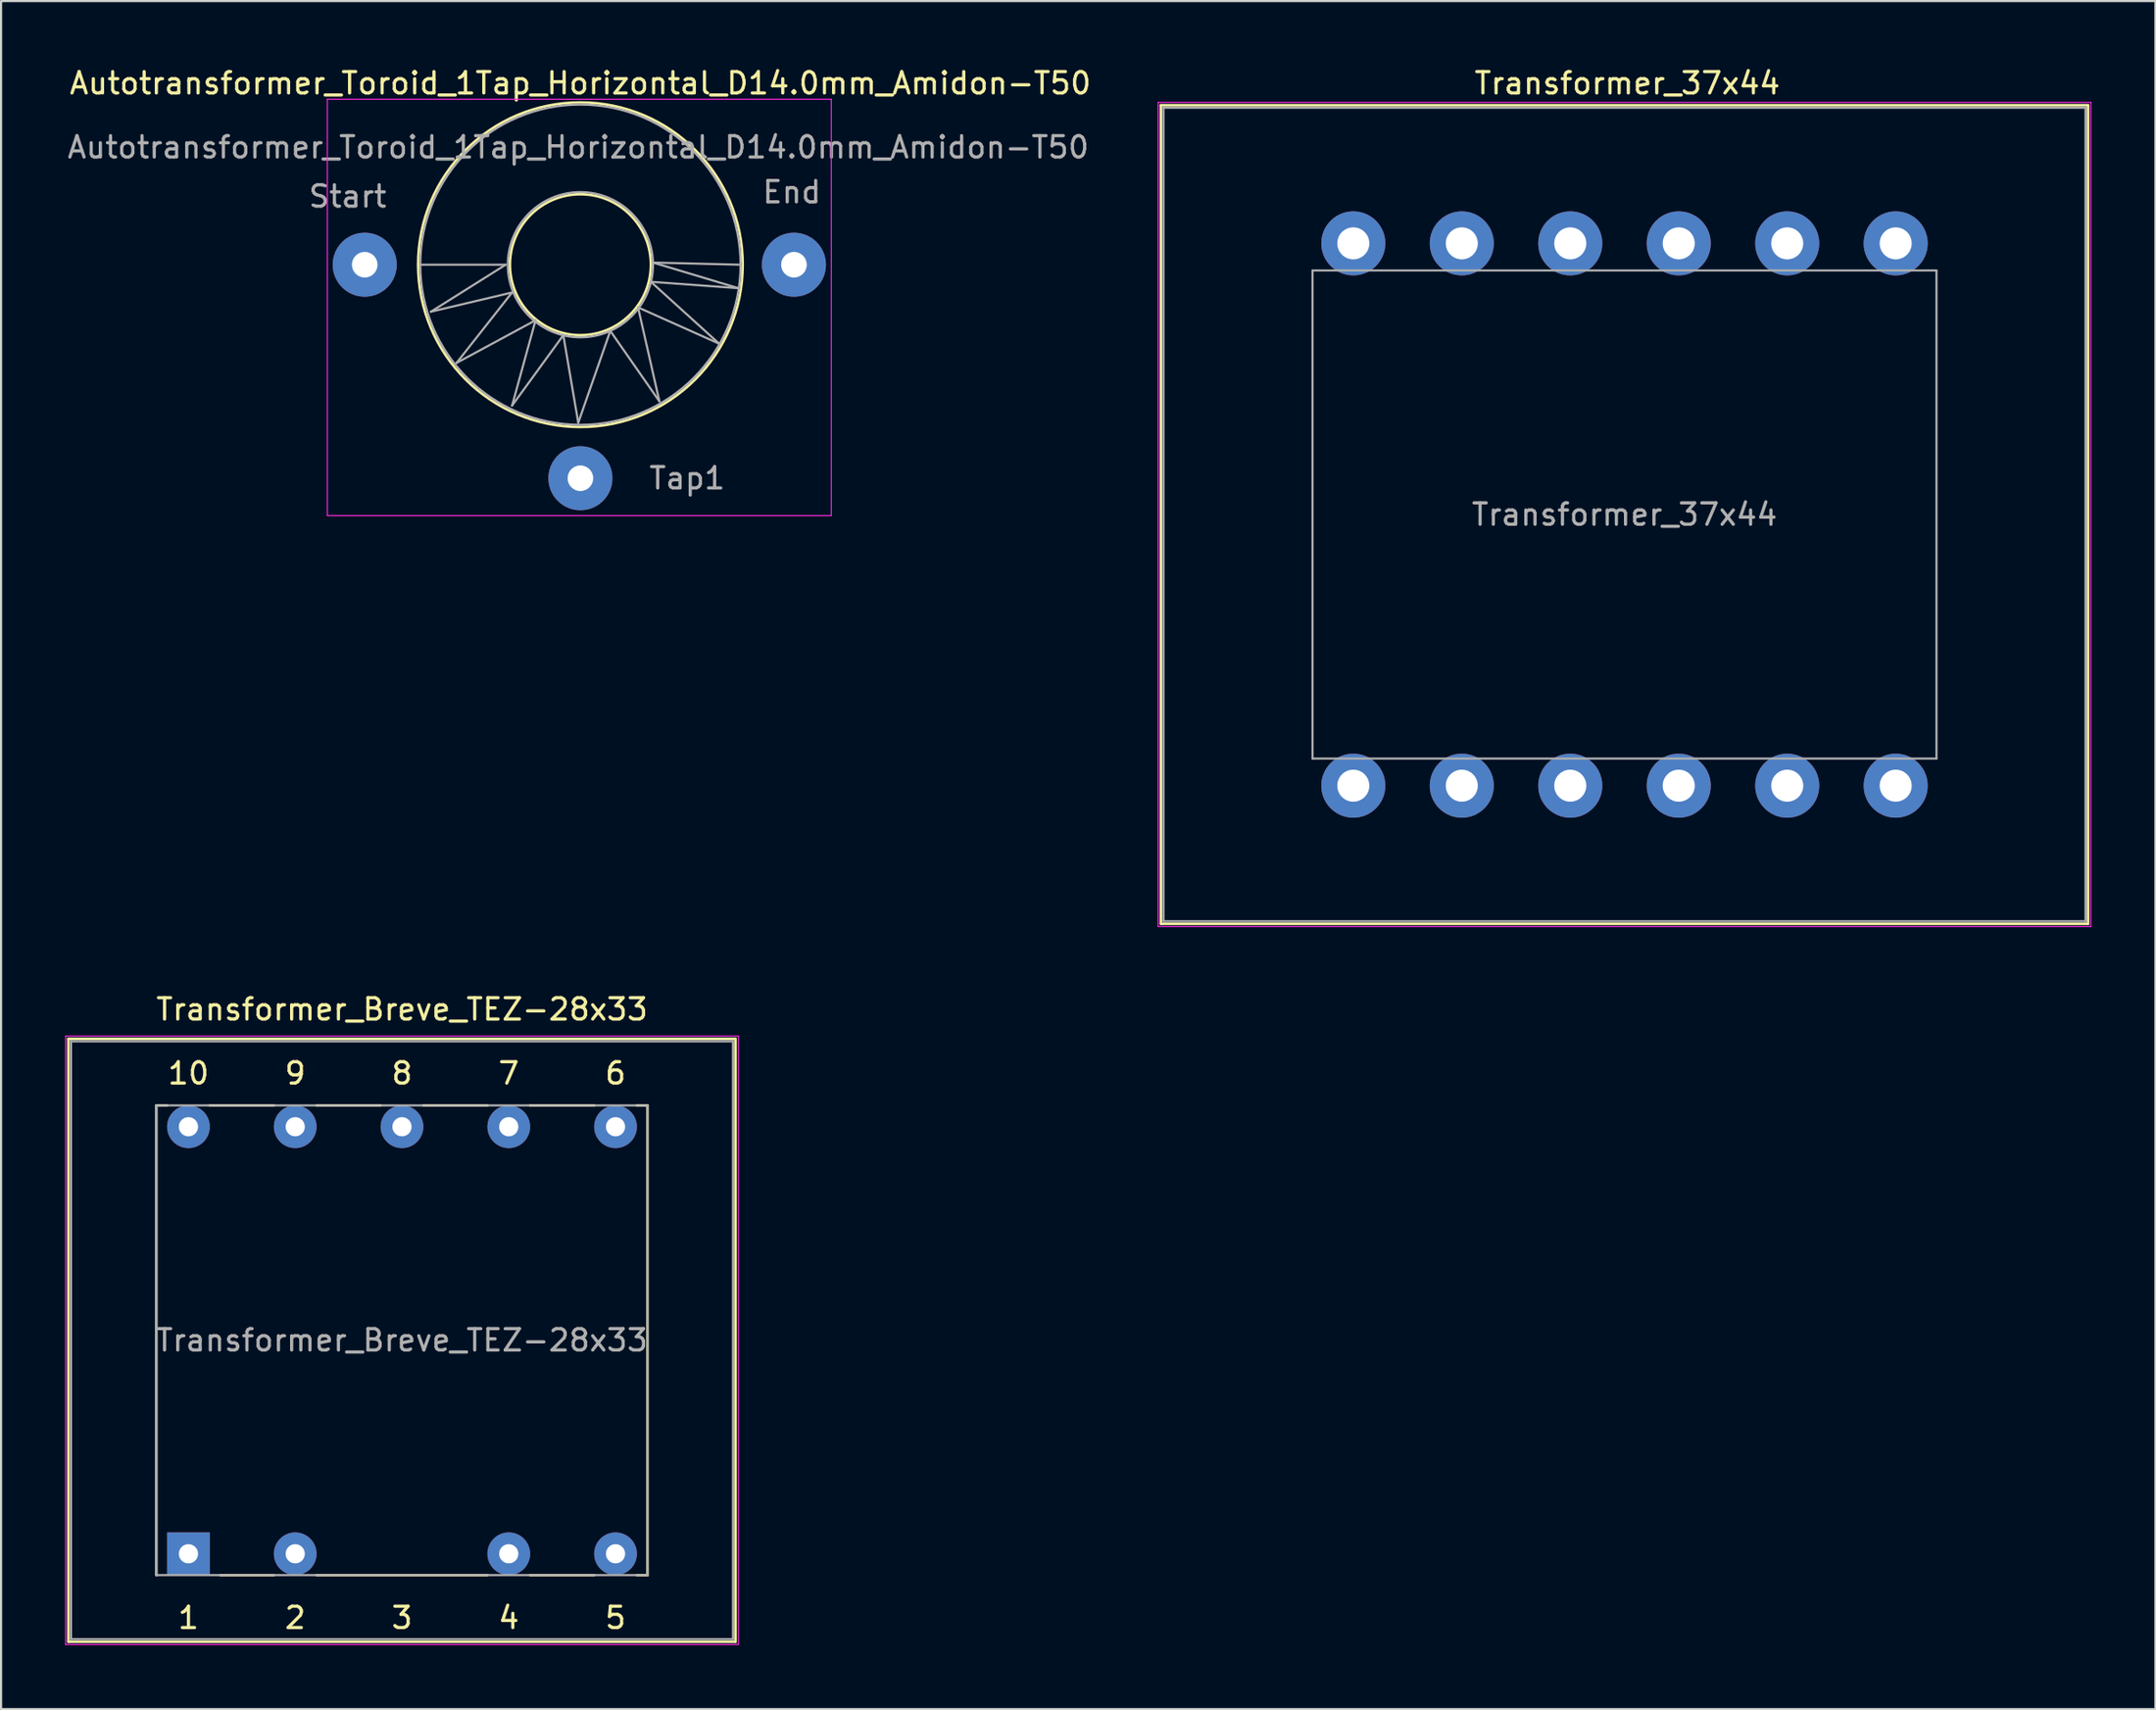
<source format=kicad_pcb>
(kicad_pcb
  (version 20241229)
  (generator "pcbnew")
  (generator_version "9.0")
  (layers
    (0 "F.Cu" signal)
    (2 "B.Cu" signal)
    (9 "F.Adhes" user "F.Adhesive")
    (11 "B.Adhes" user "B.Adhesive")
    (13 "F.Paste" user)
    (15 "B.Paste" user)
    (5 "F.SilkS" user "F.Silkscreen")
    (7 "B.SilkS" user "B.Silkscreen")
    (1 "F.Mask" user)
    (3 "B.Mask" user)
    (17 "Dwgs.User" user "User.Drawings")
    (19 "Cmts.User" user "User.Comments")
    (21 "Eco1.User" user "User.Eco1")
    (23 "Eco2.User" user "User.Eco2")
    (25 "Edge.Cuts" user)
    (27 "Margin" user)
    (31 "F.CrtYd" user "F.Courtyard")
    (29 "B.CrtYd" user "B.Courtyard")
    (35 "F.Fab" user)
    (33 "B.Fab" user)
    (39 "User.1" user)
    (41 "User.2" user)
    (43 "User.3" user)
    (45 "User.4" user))
  (footprint "Transformer_37x44"
    (layer "F.Cu")
    (at 65.405 8.348)
    (property "Reference" "Transformer_37x44" (at 7.75 -7.5 0) (layer "F.SilkS") (effects (font (size 1 1) (thickness 0.15))))
    (attr through_hole)
    (fp_line (start -14.09 -6.47) (end -14.09 31.87) (stroke (width 0.12) (type solid)) (layer "F.SilkS"))
    (fp_line (start -14.09 -6.47) (end 29.33 -6.47) (stroke (width 0.12) (type solid)) (layer "F.SilkS"))
    (fp_line (start 29.33 31.87) (end -14.09 31.87) (stroke (width 0.12) (type solid)) (layer "F.SilkS"))
    (fp_line (start 29.33 31.87) (end 29.33 -6.47) (stroke (width 0.12) (type solid)) (layer "F.SilkS"))
    (fp_line (start -14.22 -6.6) (end -14.22 32) (stroke (width 0.05) (type solid)) (layer "F.CrtYd"))
    (fp_line (start -14.22 -6.6) (end 29.46 -6.6) (stroke (width 0.05) (type solid)) (layer "F.CrtYd"))
    (fp_line (start 29.46 32) (end -14.22 32) (stroke (width 0.05) (type solid)) (layer "F.CrtYd"))
    (fp_line (start 29.46 32) (end 29.46 -6.6) (stroke (width 0.05) (type solid)) (layer "F.CrtYd"))
    (fp_line (start -13.97 -6.35) (end 29.21 -6.35) (stroke (width 0.1) (type solid)) (layer "F.Fab"))
    (fp_line (start -13.97 31.75) (end -13.97 -6.35) (stroke (width 0.1) (type solid)) (layer "F.Fab"))
    (fp_line (start -6.99 1.27) (end 22.23 1.27) (stroke (width 0.1) (type solid)) (layer "F.Fab"))
    (fp_line (start -6.99 24.13) (end -6.99 1.27) (stroke (width 0.1) (type solid)) (layer "F.Fab"))
    (fp_line (start 22.23 1.27) (end 22.23 24.13) (stroke (width 0.1) (type solid)) (layer "F.Fab"))
    (fp_line (start 22.23 24.13) (end -6.99 24.13) (stroke (width 0.1) (type solid)) (layer "F.Fab"))
    (fp_line (start 29.21 -6.35) (end 29.21 31.75) (stroke (width 0.1) (type solid)) (layer "F.Fab"))
    (fp_line (start 29.21 31.75) (end -13.97 31.75) (stroke (width 0.1) (type solid)) (layer "F.Fab"))
    (fp_text user "${REFERENCE}" (at 7.62 12.7 0) (layer "F.Fab") (effects (font (size 1 1) (thickness 0.15))))
    (pad "" thru_hole circle (at -5.08 0) (size 3 3) (drill 1.5) (layers "*.Cu" "*.Mask"))
    (pad "" thru_hole circle (at 0 25.4) (size 3 3) (drill 1.5) (layers "*.Cu" "*.Mask"))
    (pad "" thru_hole circle (at 5.08 0) (size 3 3) (drill 1.5) (layers "*.Cu" "*.Mask"))
    (pad "" thru_hole circle (at 10.16 0) (size 3 3) (drill 1.5) (layers "*.Cu" "*.Mask"))
    (pad "" thru_hole circle (at 10.16 25.4) (size 3 3) (drill 1.5) (layers "*.Cu" "*.Mask"))
    (pad "" thru_hole circle (at 15.24 0) (size 3 3) (drill 1.5) (layers "*.Cu" "*.Mask"))
    (pad "" thru_hole circle (at 15.24 25.4) (size 3 3) (drill 1.5) (layers "*.Cu" "*.Mask"))
    (pad "" thru_hole circle (at 20.32 25.4) (size 3 3) (drill 1.5) (layers "*.Cu" "*.Mask"))
    (pad "1" thru_hole circle (at 0 0) (size 3 3) (drill 1.5) (layers "*.Cu" "*.Mask"))
    (pad "2" thru_hole circle (at 20.32 0) (size 3 3) (drill 1.5) (layers "*.Cu" "*.Mask"))
    (pad "3" thru_hole circle (at 5.08 25.4) (size 3 3) (drill 1.5) (layers "*.Cu" "*.Mask"))
    (pad "4" thru_hole circle (at -5.08 25.4) (size 3 3) (drill 1.5) (layers "*.Cu" "*.Mask")))
  (footprint "Autotransformer_Toroid_1Tap_Horizontal_D14.0mm_Amidon-T50"
    (layer "F.Cu")
    (at 14.03 9.348)
    (property "Reference" "Autotransformer_Toroid_1Tap_Horizontal_D14.0mm_Amidon-T50" (at 10.1 -8.5 0) (layer "F.SilkS") (effects (font (size 1 1) (thickness 0.15))))
    (attr through_hole)
    (fp_circle (center 10.1 0) (end 13.4 0) (stroke (width 0.12) (type solid)) (fill no) (layer "F.SilkS"))
    (fp_circle (center 10.1 0) (end 17.7 0) (stroke (width 0.12) (type solid)) (fill no) (layer "F.SilkS"))
    (fp_line (start -1.75 -7.75) (end -1.75 11.75) (stroke (width 0.05) (type solid)) (layer "F.CrtYd"))
    (fp_line (start -1.75 -7.75) (end 21.85 -7.75) (stroke (width 0.05) (type solid)) (layer "F.CrtYd"))
    (fp_line (start 21.85 11.75) (end -1.75 11.75) (stroke (width 0.05) (type solid)) (layer "F.CrtYd"))
    (fp_line (start 21.85 11.75) (end 21.85 -7.75) (stroke (width 0.05) (type solid)) (layer "F.CrtYd"))
    (fp_line (start 2.6 0) (end 6.6 0) (stroke (width 0.1) (type solid)) (layer "F.Fab"))
    (fp_line (start 3.1 2.2) (end 6.9 1.3) (stroke (width 0.1) (type solid)) (layer "F.Fab"))
    (fp_line (start 4.3 4.6) (end 8 2.6) (stroke (width 0.1) (type solid)) (layer "F.Fab"))
    (fp_line (start 6.6 0) (end 3.1 2.2) (stroke (width 0.1) (type solid)) (layer "F.Fab"))
    (fp_line (start 6.9 1.3) (end 4.3 4.6) (stroke (width 0.1) (type solid)) (layer "F.Fab"))
    (fp_line (start 6.9 6.6) (end 9.3 3.3) (stroke (width 0.1) (type solid)) (layer "F.Fab"))
    (fp_line (start 8 2.6) (end 6.9 6.6) (stroke (width 0.1) (type solid)) (layer "F.Fab"))
    (fp_line (start 9.3 3.3) (end 10 7.4) (stroke (width 0.1) (type solid)) (layer "F.Fab"))
    (fp_line (start 10 7.4) (end 11.5 3.1) (stroke (width 0.1) (type solid)) (layer "F.Fab"))
    (fp_line (start 11.5 3.1) (end 13.8 6.4) (stroke (width 0.1) (type solid)) (layer "F.Fab"))
    (fp_line (start 12.8 2) (end 16.6 3.7) (stroke (width 0.1) (type solid)) (layer "F.Fab"))
    (fp_line (start 13.4 0.8) (end 17.5 1.1) (stroke (width 0.1) (type solid)) (layer "F.Fab"))
    (fp_line (start 13.5 -0.1) (end 17.6 0) (stroke (width 0.1) (type solid)) (layer "F.Fab"))
    (fp_line (start 13.8 6.4) (end 12.8 2) (stroke (width 0.1) (type solid)) (layer "F.Fab"))
    (fp_line (start 16.6 3.7) (end 13.4 0.8) (stroke (width 0.1) (type solid)) (layer "F.Fab"))
    (fp_line (start 17.5 1.1) (end 13.5 -0.1) (stroke (width 0.1) (type solid)) (layer "F.Fab"))
    (fp_circle (center 10.1 0) (end 13.5 0) (stroke (width 0.1) (type solid)) (fill no) (layer "F.Fab"))
    (fp_circle (center 10.1 0) (end 17.6 0) (stroke (width 0.1) (type solid)) (fill no) (layer "F.Fab"))
    (fp_text user "Start" (at -0.8 -3.2 0) (layer "F.Fab") (effects (font (size 1 1) (thickness 0.15))))
    (fp_text user "End" (at 20 -3.4 0) (layer "F.Fab") (effects (font (size 1 1) (thickness 0.15))))
    (fp_text user "Tap1" (at 15.1 10 0) (layer "F.Fab") (effects (font (size 1 1) (thickness 0.15))))
    (fp_text user "${REFERENCE}" (at 10 -5.5 0) (layer "F.Fab") (effects (font (size 1 1) (thickness 0.15))))
    (pad "1" thru_hole circle (at 0 0) (size 3 3) (drill 1.2) (layers "*.Cu" "*.Mask"))
    (pad "2" thru_hole circle (at 10.1 10) (size 3 3) (drill 1.2) (layers "*.Cu" "*.Mask"))
    (pad "3" thru_hole circle (at 20.1 0) (size 3 3) (drill 1.2) (layers "*.Cu" "*.Mask")))
  (footprint "Transformer_Breve_TEZ-28x33"
    (layer "F.Cu")
    (at 5.775 69.722)
    (property "Reference" "Transformer_Breve_TEZ-28x33" (at 10 -25.5 0) (layer "F.SilkS") (effects (font (size 1 1) (thickness 0.15))))
    (attr through_hole)
    (fp_line (start -5.62 -24.12) (end -5.62 4.12) (stroke (width 0.12) (type solid)) (layer "F.SilkS"))
    (fp_line (start -5.62 -24.12) (end 25.62 -24.12) (stroke (width 0.12) (type solid)) (layer "F.SilkS"))
    (fp_line (start -1.5 -21) (end -1.5 1) (stroke (width 0.12) (type solid)) (layer "F.SilkS"))
    (fp_line (start -1 -21) (end -1.5 -21) (stroke (width 0.12) (type solid)) (layer "F.SilkS"))
    (fp_line (start 1.5 1) (end 4 1) (stroke (width 0.12) (type solid)) (layer "F.SilkS"))
    (fp_line (start 4 -21) (end 1 -21) (stroke (width 0.12) (type solid)) (layer "F.SilkS"))
    (fp_line (start 6 1) (end 14 1) (stroke (width 0.12) (type solid)) (layer "F.SilkS"))
    (fp_line (start 9 -21) (end 6 -21) (stroke (width 0.12) (type solid)) (layer "F.SilkS"))
    (fp_line (start 14 -21) (end 11 -21) (stroke (width 0.12) (type solid)) (layer "F.SilkS"))
    (fp_line (start 16 1) (end 19 1) (stroke (width 0.12) (type solid)) (layer "F.SilkS"))
    (fp_line (start 19 -21) (end 16 -21) (stroke (width 0.12) (type solid)) (layer "F.SilkS"))
    (fp_line (start 21 1) (end 21.5 1) (stroke (width 0.12) (type solid)) (layer "F.SilkS"))
    (fp_line (start 21.5 -21) (end 21 -21) (stroke (width 0.12) (type solid)) (layer "F.SilkS"))
    (fp_line (start 21.5 1) (end 21.5 -21) (stroke (width 0.12) (type solid)) (layer "F.SilkS"))
    (fp_line (start 25.62 4.12) (end -5.62 4.12) (stroke (width 0.12) (type solid)) (layer "F.SilkS"))
    (fp_line (start 25.62 4.12) (end 25.62 -24.12) (stroke (width 0.12) (type solid)) (layer "F.SilkS"))
    (fp_line (start -5.75 -24.25) (end -5.75 4.25) (stroke (width 0.05) (type solid)) (layer "F.CrtYd"))
    (fp_line (start -5.75 -24.25) (end 25.75 -24.25) (stroke (width 0.05) (type solid)) (layer "F.CrtYd"))
    (fp_line (start 25.75 4.25) (end -5.75 4.25) (stroke (width 0.05) (type solid)) (layer "F.CrtYd"))
    (fp_line (start 25.75 4.25) (end 25.75 -24.25) (stroke (width 0.05) (type solid)) (layer "F.CrtYd"))
    (fp_line (start -5.5 -24) (end 25.5 -24) (stroke (width 0.1) (type solid)) (layer "F.Fab"))
    (fp_line (start -5.5 4) (end -5.5 -24) (stroke (width 0.1) (type solid)) (layer "F.Fab"))
    (fp_line (start -1.5 -21) (end -1.5 1) (stroke (width 0.1) (type solid)) (layer "F.Fab"))
    (fp_line (start -1.5 1) (end 21.5 1) (stroke (width 0.1) (type solid)) (layer "F.Fab"))
    (fp_line (start 21.5 -21) (end -1.5 -21) (stroke (width 0.1) (type solid)) (layer "F.Fab"))
    (fp_line (start 21.5 1) (end 21.5 -21) (stroke (width 0.1) (type solid)) (layer "F.Fab"))
    (fp_line (start 25.5 -24) (end 25.5 4) (stroke (width 0.1) (type solid)) (layer "F.Fab"))
    (fp_line (start 25.5 4) (end -5.5 4) (stroke (width 0.1) (type solid)) (layer "F.Fab"))
    (fp_text user "3" (at 10 3 0) (layer "F.SilkS") (effects (font (size 1 1) (thickness 0.15))))
    (fp_text user "9" (at 5 -22.5 0) (layer "F.SilkS") (effects (font (size 1 1) (thickness 0.15))))
    (fp_text user "7" (at 15 -22.5 0) (layer "F.SilkS") (effects (font (size 1 1) (thickness 0.15))))
    (fp_text user "6" (at 20 -22.5 0) (layer "F.SilkS") (effects (font (size 1 1) (thickness 0.15))))
    (fp_text user "10" (at 0 -22.5 0) (layer "F.SilkS") (effects (font (size 1 1) (thickness 0.15))))
    (fp_text user "8" (at 10 -22.5 0) (layer "F.SilkS") (effects (font (size 1 1) (thickness 0.15))))
    (fp_text user "5" (at 20 3 0) (layer "F.SilkS") (effects (font (size 1 1) (thickness 0.15))))
    (fp_text user "2" (at 5 3 0) (layer "F.SilkS") (effects (font (size 1 1) (thickness 0.15))))
    (fp_text user "4" (at 15 3 0) (layer "F.SilkS") (effects (font (size 1 1) (thickness 0.15))))
    (fp_text user "1" (at 0 3 0) (layer "F.SilkS") (effects (font (size 1 1) (thickness 0.15))))
    (fp_text user "${REFERENCE}" (at 10 -10 0) (layer "F.Fab") (effects (font (size 1 1) (thickness 0.15))))
    (pad "1" thru_hole rect (at 0 0) (size 2 2) (drill 0.9) (layers "*.Cu" "*.Mask"))
    (pad "2" thru_hole circle (at 5 0) (size 2 2) (drill 0.9) (layers "*.Cu" "*.Mask"))
    (pad "4" thru_hole circle (at 15 0) (size 2 2) (drill 0.9) (layers "*.Cu" "*.Mask"))
    (pad "5" thru_hole circle (at 20 0) (size 2 2) (drill 0.9) (layers "*.Cu" "*.Mask"))
    (pad "6" thru_hole circle (at 20 -20) (size 2 2) (drill 0.9) (layers "*.Cu" "*.Mask"))
    (pad "7" thru_hole circle (at 15 -20) (size 2 2) (drill 0.9) (layers "*.Cu" "*.Mask"))
    (pad "8" thru_hole circle (at 10 -20) (size 2 2) (drill 0.9) (layers "*.Cu" "*.Mask"))
    (pad "9" thru_hole circle (at 5 -20) (size 2 2) (drill 0.9) (layers "*.Cu" "*.Mask"))
    (pad "10" thru_hole circle (at 0 -20) (size 2 2) (drill 0.9) (layers "*.Cu" "*.Mask")))
  (gr_rect
    (start -3 -3)
    (end 97.89 76.996)
    (stroke (width 0.1) (type default))
    (fill no)
    (layer "Edge.Cuts")))
</source>
